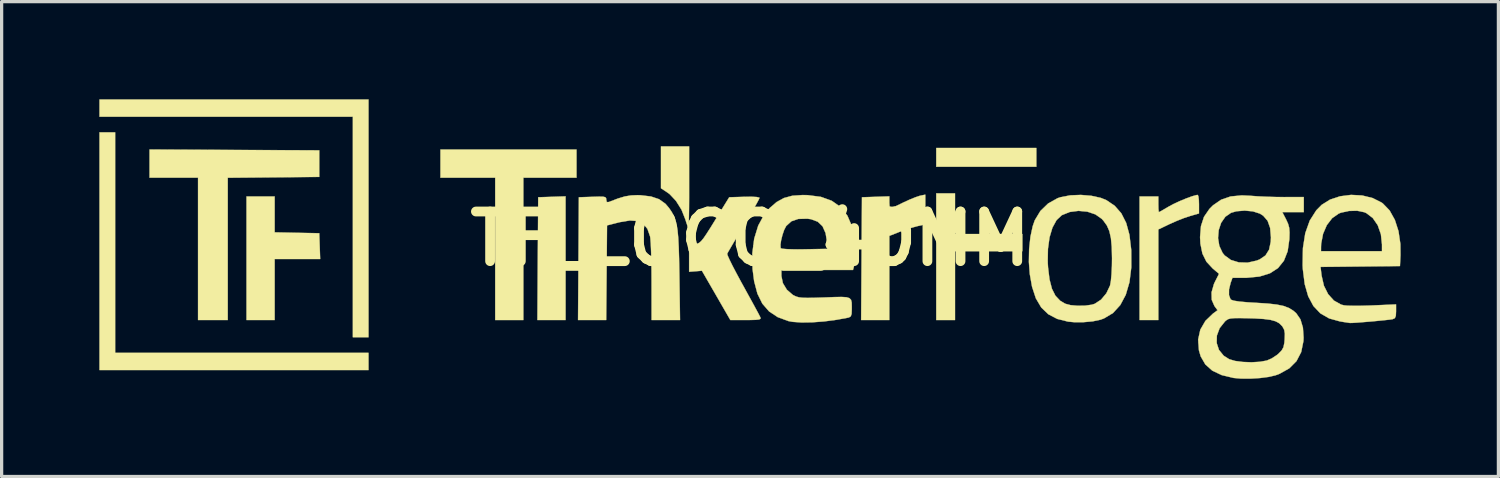
<source format=kicad_pcb>
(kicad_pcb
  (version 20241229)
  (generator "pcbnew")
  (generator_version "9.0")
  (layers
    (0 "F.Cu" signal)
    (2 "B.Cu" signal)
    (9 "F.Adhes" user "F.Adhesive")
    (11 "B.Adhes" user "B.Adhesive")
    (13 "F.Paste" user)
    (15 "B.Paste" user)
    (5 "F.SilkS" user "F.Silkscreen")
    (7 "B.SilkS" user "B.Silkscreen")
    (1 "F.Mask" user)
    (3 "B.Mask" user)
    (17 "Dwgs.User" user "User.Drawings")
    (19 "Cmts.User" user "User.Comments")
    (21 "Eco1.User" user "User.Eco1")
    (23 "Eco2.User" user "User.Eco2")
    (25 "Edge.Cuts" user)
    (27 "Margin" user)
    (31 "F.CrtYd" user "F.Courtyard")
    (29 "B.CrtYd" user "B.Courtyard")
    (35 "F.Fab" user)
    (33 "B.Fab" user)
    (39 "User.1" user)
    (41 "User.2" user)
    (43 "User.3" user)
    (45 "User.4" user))
  (footprint "TF_LOGO_40MM"
    (layer "F.Cu")
    (at 19.979 4.278)
    (property "Reference" "TF_LOGO_40MM" (at 0 0 0) (layer "F.SilkS") (effects (font (size 1.524 1.524) (thickness 0.3))))
    (attr through_hole)
    (fp_poly (pts (xy 8.787 -2.209) (xy 5.714 -2.209) (xy 5.714 -2.785) (xy 8.787 -2.785) (xy 8.787 -2.209)) (stroke (width 0.01) (type solid)) (fill yes) (layer "F.SilkS"))
    (fp_poly (pts (xy -19.494 3.505) (xy -11.716 3.505) (xy -11.716 4.033) (xy -19.974 4.033) (xy -19.974 -3.265) (xy -19.494 -3.265) (xy -19.494 3.505)) (stroke (width 0.01) (type solid)) (fill yes) (layer "F.SilkS"))
    (fp_poly (pts (xy -11.716 3.025) (xy -12.196 3.025) (xy -12.196 -3.745) (xy -19.974 -3.745) (xy -19.974 -4.273) (xy -11.716 -4.273) (xy -11.716 3.025)) (stroke (width 0.01) (type solid)) (fill yes) (layer "F.SilkS"))
    (fp_poly (pts (xy -5.666 2.497) (xy -6.531 2.497) (xy -6.519 0.612) (xy -6.506 -1.272) (xy -6.086 -1.286) (xy -5.666 -1.3) (xy -5.666 2.497)) (stroke (width 0.01) (type solid)) (fill yes) (layer "F.SilkS"))
    (fp_poly (pts (xy -5.33 -1.873) (xy -6.962 -1.873) (xy -6.962 2.497) (xy -7.826 2.497) (xy -7.826 -1.873) (xy -9.507 -1.873) (xy -9.507 -2.737) (xy -5.33 -2.737) (xy -5.33 -1.873)) (stroke (width 0.01) (type solid)) (fill yes) (layer "F.SilkS"))
    (fp_poly (pts (xy 6.29 -0.144) (xy 8.355 -0.144) (xy 8.355 0.384) (xy 6.29 0.384) (xy 6.29 2.497) (xy 5.714 2.497) (xy 5.714 -1.392) (xy 6.29 -1.392) (xy 6.29 -0.144)) (stroke (width 0.01) (type solid)) (fill yes) (layer "F.SilkS"))
    (fp_poly (pts (xy -15.833 -2.725) (xy -13.228 -2.713) (xy -13.228 -1.897) (xy -16.037 -1.871) (xy -16.037 2.497) (xy -16.949 2.497) (xy -16.949 -1.873) (xy -18.438 -1.873) (xy -18.438 -2.738) (xy -15.833 -2.725)) (stroke (width 0.01) (type solid)) (fill yes) (layer "F.SilkS"))
    (fp_poly (pts (xy -14.597 -0.195) (xy -13.912 -0.181) (xy -13.228 -0.168) (xy -13.214 0.228) (xy -13.2 0.624) (xy -14.597 0.624) (xy -14.597 2.497) (xy -15.461 2.497) (xy -15.461 -1.296) (xy -14.597 -1.296) (xy -14.597 -0.195)) (stroke (width 0.01) (type solid)) (fill yes) (layer "F.SilkS"))
    (fp_poly (pts (xy -1.873 -1.584) (xy -1.873 -1.25) (xy -1.875 -0.949) (xy -1.879 -0.694) (xy -1.883 -0.499) (xy -1.888 -0.375) (xy -1.893 -0.336) (xy -1.917 -0.378) (xy -1.956 -0.486) (xy -1.987 -0.588) (xy -2.107 -0.891) (xy -2.275 -1.159) (xy -2.471 -1.368) (xy -2.542 -1.42) (xy -2.737 -1.549) (xy -2.737 -2.833) (xy -1.873 -2.833) (xy -1.873 -1.584)) (stroke (width 0.01) (type solid)) (fill yes) (layer "F.SilkS"))
    (fp_poly (pts (xy 5.378 -0.442) (xy 5.126 -0.383) (xy 4.939 -0.331) (xy 4.721 -0.259) (xy 4.573 -0.205) (xy 4.273 -0.086) (xy 4.273 2.497) (xy 3.408 2.497) (xy 3.421 0.612) (xy 3.433 -1.272) (xy 3.853 -1.286) (xy 4.273 -1.3) (xy 4.273 -1.102) (xy 4.281 -0.984) (xy 4.3 -0.923) (xy 4.309 -0.92) (xy 4.367 -0.947) (xy 4.487 -1.006) (xy 4.649 -1.084) (xy 4.705 -1.112) (xy 4.895 -1.199) (xy 5.072 -1.271) (xy 5.203 -1.315) (xy 5.222 -1.32) (xy 5.378 -1.352) (xy 5.378 -0.442)) (stroke (width 0.01) (type solid)) (fill yes) (layer "F.SilkS"))
    (fp_poly (pts (xy 13.762 -1.301) (xy 13.776 -1.188) (xy 13.78 -1.06) (xy 13.78 -0.775) (xy 13.504 -0.696) (xy 13.318 -0.634) (xy 13.095 -0.546) (xy 12.883 -0.452) (xy 12.88 -0.451) (xy 12.532 -0.284) (xy 12.532 2.497) (xy 11.956 2.497) (xy 11.956 -1.296) (xy 12.532 -1.296) (xy 12.532 -1.056) (xy 12.535 -0.919) (xy 12.544 -0.832) (xy 12.55 -0.816) (xy 12.597 -0.839) (xy 12.703 -0.899) (xy 12.842 -0.981) (xy 12.998 -1.065) (xy 13.189 -1.154) (xy 13.387 -1.236) (xy 13.567 -1.302) (xy 13.701 -1.339) (xy 13.742 -1.344) (xy 13.762 -1.301)) (stroke (width 0.01) (type solid)) (fill yes) (layer "F.SilkS"))
    (fp_poly (pts (xy -3.361 -1.334) (xy -3.044 -1.296) (xy -2.797 -1.213) (xy -2.602 -1.074) (xy -2.491 -0.944) (xy -2.411 -0.827) (xy -2.346 -0.712) (xy -2.296 -0.587) (xy -2.257 -0.439) (xy -2.228 -0.257) (xy -2.207 -0.029) (xy -2.192 0.258) (xy -2.181 0.616) (xy -2.173 1.056) (xy -2.172 1.116) (xy -2.152 2.497) (xy -3.025 2.497) (xy -3.026 1.308) (xy -3.028 0.969) (xy -3.033 0.651) (xy -3.041 0.372) (xy -3.051 0.146) (xy -3.063 -0.01) (xy -3.071 -0.068) (xy -3.153 -0.301) (xy -3.28 -0.458) (xy -3.457 -0.543) (xy -3.693 -0.559) (xy -3.994 -0.509) (xy -4.025 -0.502) (xy -4.393 -0.408) (xy -4.406 1.044) (xy -4.419 2.497) (xy -5.283 2.497) (xy -5.27 0.612) (xy -5.258 -1.272) (xy -4.838 -1.286) (xy -4.636 -1.292) (xy -4.512 -1.289) (xy -4.447 -1.274) (xy -4.421 -1.242) (xy -4.417 -1.197) (xy -4.4 -1.124) (xy -4.336 -1.127) (xy -4.333 -1.128) (xy -4.063 -1.232) (xy -3.847 -1.297) (xy -3.654 -1.329) (xy -3.455 -1.337) (xy -3.361 -1.334)) (stroke (width 0.01) (type solid)) (fill yes) (layer "F.SilkS"))
    (fp_poly (pts (xy 0.201 -1.28) (xy 0.281 -1.262) (xy 0.288 -1.253) (xy 0.264 -1.199) (xy 0.198 -1.076) (xy 0.097 -0.899) (xy -0.031 -0.679) (xy -0.179 -0.43) (xy -0.198 -0.399) (xy -0.349 -0.147) (xy -0.483 0.078) (xy -0.592 0.264) (xy -0.669 0.396) (xy -0.704 0.46) (xy -0.705 0.463) (xy -0.689 0.519) (xy -0.632 0.646) (xy -0.541 0.831) (xy -0.421 1.06) (xy -0.28 1.322) (xy -0.217 1.436) (xy -0.067 1.709) (xy 0.069 1.956) (xy 0.182 2.164) (xy 0.266 2.32) (xy 0.312 2.411) (xy 0.319 2.426) (xy 0.318 2.459) (xy 0.275 2.48) (xy 0.174 2.491) (xy -0.000238 2.496) (xy -0.13 2.497) (xy -0.607 2.497) (xy -1.043 1.741) (xy -1.48 0.984) (xy -1.676 1) (xy -1.873 1.015) (xy -1.873 0.201) (xy -1.692 0.17) (xy -1.624 0.155) (xy -1.565 0.127) (xy -1.504 0.075) (xy -1.431 -0.013) (xy -1.338 -0.15) (xy -1.212 -0.347) (xy -1.077 -0.566) (xy -0.642 -1.272) (xy -0.177 -1.286) (xy 0.044 -1.288) (xy 0.201 -1.28)) (stroke (width 0.01) (type solid)) (fill yes) (layer "F.SilkS"))
    (fp_poly (pts (xy 18.79 -1.327) (xy 19.111 -1.248) (xy 19.388 -1.108) (xy 19.425 -1.081) (xy 19.632 -0.867) (xy 19.793 -0.578) (xy 19.905 -0.231) (xy 19.963 0.163) (xy 19.966 0.504) (xy 19.95 0.84) (xy 17.512 0.866) (xy 17.544 1.133) (xy 17.615 1.443) (xy 17.745 1.703) (xy 17.923 1.9) (xy 18.141 2.022) (xy 18.232 2.046) (xy 18.343 2.056) (xy 18.528 2.06) (xy 18.762 2.059) (xy 19.025 2.052) (xy 19.119 2.048) (xy 19.83 2.017) (xy 19.83 2.232) (xy 19.823 2.369) (xy 19.793 2.439) (xy 19.727 2.47) (xy 19.722 2.471) (xy 19.637 2.484) (xy 19.483 2.501) (xy 19.283 2.521) (xy 19.061 2.542) (xy 18.84 2.56) (xy 18.643 2.576) (xy 18.494 2.585) (xy 18.415 2.587) (xy 18.414 2.587) (xy 18.342 2.576) (xy 18.21 2.556) (xy 18.104 2.538) (xy 17.775 2.447) (xy 17.505 2.291) (xy 17.292 2.066) (xy 17.133 1.768) (xy 17.026 1.395) (xy 16.969 0.942) (xy 16.962 0.816) (xy 16.969 0.384) (xy 17.526 0.384) (xy 19.398 0.384) (xy 19.398 0.177) (xy 19.364 -0.139) (xy 19.267 -0.414) (xy 19.115 -0.635) (xy 18.917 -0.786) (xy 18.855 -0.813) (xy 18.636 -0.858) (xy 18.383 -0.852) (xy 18.14 -0.799) (xy 18.069 -0.771) (xy 17.868 -0.63) (xy 17.704 -0.416) (xy 17.589 -0.149) (xy 17.531 0.152) (xy 17.527 0.252) (xy 17.526 0.384) (xy 16.969 0.384) (xy 16.971 0.288) (xy 17.043 -0.169) (xy 17.18 -0.555) (xy 17.381 -0.871) (xy 17.546 -1.039) (xy 17.803 -1.2) (xy 18.112 -1.302) (xy 18.449 -1.345) (xy 18.79 -1.327)) (stroke (width 0.01) (type solid)) (fill yes) (layer "F.SilkS"))
    (fp_poly (pts (xy 10.476 -1.317) (xy 10.766 -1.253) (xy 10.931 -1.187) (xy 11.191 -1.012) (xy 11.395 -0.78) (xy 11.545 -0.484) (xy 11.645 -0.118) (xy 11.698 0.327) (xy 11.7 0.36) (xy 11.702 0.879) (xy 11.646 1.334) (xy 11.532 1.722) (xy 11.363 2.038) (xy 11.14 2.282) (xy 10.864 2.447) (xy 10.755 2.487) (xy 10.518 2.537) (xy 10.232 2.563) (xy 9.945 2.563) (xy 9.762 2.546) (xy 9.427 2.462) (xy 9.154 2.319) (xy 8.937 2.111) (xy 8.772 1.831) (xy 8.655 1.475) (xy 8.586 1.088) (xy 8.558 0.715) (xy 9.136 0.715) (xy 9.146 0.88) (xy 9.191 1.249) (xy 9.265 1.536) (xy 9.373 1.751) (xy 9.521 1.907) (xy 9.675 1.997) (xy 9.838 2.04) (xy 10.054 2.059) (xy 10.284 2.055) (xy 10.487 2.027) (xy 10.579 1.999) (xy 10.773 1.872) (xy 10.936 1.677) (xy 11.048 1.441) (xy 11.052 1.426) (xy 11.076 1.292) (xy 11.095 1.087) (xy 11.107 0.834) (xy 11.11 0.6) (xy 11.102 0.252) (xy 11.076 -0.02) (xy 11.028 -0.232) (xy 10.953 -0.404) (xy 10.846 -0.553) (xy 10.794 -0.61) (xy 10.599 -0.747) (xy 10.352 -0.83) (xy 10.08 -0.855) (xy 9.811 -0.82) (xy 9.571 -0.723) (xy 9.567 -0.721) (xy 9.407 -0.57) (xy 9.281 -0.34) (xy 9.192 -0.042) (xy 9.143 0.314) (xy 9.136 0.715) (xy 8.558 0.715) (xy 8.558 0.707) (xy 8.565 0.317) (xy 8.605 -0.056) (xy 8.675 -0.382) (xy 8.739 -0.566) (xy 8.911 -0.851) (xy 9.15 -1.082) (xy 9.438 -1.243) (xy 9.534 -1.275) (xy 9.827 -1.331) (xy 10.152 -1.344) (xy 10.476 -1.317)) (stroke (width 0.01) (type solid)) (fill yes) (layer "F.SilkS"))
    (fp_poly (pts (xy 1.767 -1.337) (xy 2.17 -1.285) (xy 2.507 -1.163) (xy 2.779 -0.971) (xy 2.986 -0.707) (xy 3.131 -0.372) (xy 3.142 -0.333) (xy 3.177 -0.155) (xy 3.201 0.075) (xy 3.215 0.326) (xy 3.216 0.566) (xy 3.203 0.763) (xy 3.187 0.852) (xy 3.158 0.96) (xy 0.96 0.96) (xy 0.96 1.145) (xy 1.005 1.364) (xy 1.127 1.566) (xy 1.308 1.723) (xy 1.345 1.744) (xy 1.418 1.777) (xy 1.5 1.8) (xy 1.607 1.813) (xy 1.759 1.817) (xy 1.97 1.814) (xy 2.259 1.805) (xy 2.287 1.804) (xy 2.588 1.792) (xy 2.807 1.788) (xy 2.956 1.797) (xy 3.048 1.825) (xy 3.098 1.877) (xy 3.118 1.959) (xy 3.121 2.077) (xy 3.121 2.164) (xy 3.115 2.308) (xy 3.09 2.383) (xy 3.035 2.417) (xy 3.013 2.423) (xy 2.645 2.491) (xy 2.269 2.54) (xy 1.906 2.567) (xy 1.579 2.572) (xy 1.308 2.553) (xy 1.176 2.529) (xy 0.847 2.408) (xy 0.582 2.232) (xy 0.375 1.994) (xy 0.224 1.687) (xy 0.123 1.305) (xy 0.075 0.936) (xy 0.067 0.449) (xy 0.099 0.2) (xy 0.93 0.2) (xy 0.938 0.29) (xy 0.94 0.294) (xy 0.996 0.309) (xy 1.131 0.32) (xy 1.328 0.326) (xy 1.57 0.327) (xy 1.672 0.325) (xy 2.377 0.312) (xy 2.363 0.12) (xy 2.317 -0.171) (xy 2.223 -0.382) (xy 2.075 -0.522) (xy 1.868 -0.599) (xy 1.753 -0.614) (xy 1.478 -0.607) (xy 1.266 -0.534) (xy 1.108 -0.39) (xy 1.103 -0.382) (xy 1.044 -0.268) (xy 0.991 -0.111) (xy 0.95 0.055) (xy 0.93 0.2) (xy 0.099 0.2) (xy 0.125 -0.000078) (xy 0.248 -0.4) (xy 0.431 -0.739) (xy 0.597 -0.939) (xy 0.814 -1.126) (xy 1.04 -1.25) (xy 1.297 -1.319) (xy 1.61 -1.34) (xy 1.767 -1.337)) (stroke (width 0.01) (type solid)) (fill yes) (layer "F.SilkS"))
    (fp_poly (pts (xy 15.362 -1.317) (xy 15.581 -1.301) (xy 15.857 -1.288) (xy 16.153 -1.28) (xy 16.385 -1.278) (xy 16.997 -1.279) (xy 16.997 -0.816) (xy 16.338 -0.816) (xy 16.456 -0.588) (xy 16.516 -0.457) (xy 16.549 -0.336) (xy 16.56 -0.19) (xy 16.554 0.015) (xy 16.553 0.024) (xy 16.502 0.385) (xy 16.387 0.677) (xy 16.206 0.902) (xy 15.957 1.063) (xy 15.636 1.162) (xy 15.241 1.2) (xy 15.175 1.2) (xy 14.808 1.2) (xy 14.75 1.36) (xy 14.702 1.558) (xy 14.701 1.731) (xy 14.746 1.853) (xy 14.766 1.874) (xy 14.849 1.903) (xy 15.022 1.93) (xy 15.278 1.953) (xy 15.546 1.969) (xy 15.896 1.991) (xy 16.167 2.022) (xy 16.376 2.065) (xy 16.538 2.126) (xy 16.672 2.208) (xy 16.764 2.287) (xy 16.894 2.475) (xy 16.971 2.731) (xy 16.991 3.041) (xy 16.986 3.144) (xy 16.918 3.48) (xy 16.773 3.759) (xy 16.551 3.981) (xy 16.25 4.149) (xy 16.129 4.194) (xy 15.92 4.243) (xy 15.652 4.278) (xy 15.358 4.296) (xy 15.076 4.295) (xy 14.844 4.275) (xy 14.476 4.187) (xy 14.188 4.05) (xy 13.975 3.86) (xy 13.833 3.614) (xy 13.778 3.426) (xy 13.762 3.202) (xy 14.323 3.202) (xy 14.393 3.414) (xy 14.538 3.592) (xy 14.708 3.7) (xy 14.888 3.753) (xy 15.127 3.784) (xy 15.393 3.794) (xy 15.65 3.779) (xy 15.862 3.741) (xy 16.014 3.675) (xy 16.172 3.571) (xy 16.218 3.533) (xy 16.319 3.429) (xy 16.374 3.33) (xy 16.401 3.196) (xy 16.41 3.092) (xy 16.416 2.916) (xy 16.397 2.799) (xy 16.347 2.704) (xy 16.327 2.678) (xy 16.244 2.596) (xy 16.132 2.535) (xy 15.977 2.492) (xy 15.763 2.464) (xy 15.477 2.447) (xy 15.283 2.442) (xy 15.035 2.437) (xy 14.863 2.439) (xy 14.75 2.449) (xy 14.674 2.47) (xy 14.617 2.506) (xy 14.577 2.541) (xy 14.413 2.748) (xy 14.329 2.975) (xy 14.323 3.202) (xy 13.762 3.202) (xy 13.754 3.097) (xy 13.821 2.793) (xy 13.977 2.523) (xy 14.212 2.297) (xy 14.35 2.196) (xy 14.254 2.066) (xy 14.171 1.876) (xy 14.166 1.646) (xy 14.239 1.391) (xy 14.274 1.316) (xy 14.395 1.078) (xy 14.202 0.915) (xy 14.009 0.707) (xy 13.885 0.457) (xy 13.823 0.151) (xy 13.815 -0.019) (xy 14.365 -0.019) (xy 14.404 0.221) (xy 14.505 0.436) (xy 14.566 0.512) (xy 14.758 0.652) (xy 15.001 0.727) (xy 15.273 0.735) (xy 15.553 0.672) (xy 15.647 0.634) (xy 15.821 0.514) (xy 15.932 0.337) (xy 15.983 0.094) (xy 15.989 -0.041) (xy 15.964 -0.331) (xy 15.887 -0.549) (xy 15.751 -0.706) (xy 15.648 -0.771) (xy 15.436 -0.839) (xy 15.182 -0.863) (xy 14.929 -0.842) (xy 14.764 -0.795) (xy 14.588 -0.673) (xy 14.46 -0.488) (xy 14.385 -0.263) (xy 14.365 -0.019) (xy 13.815 -0.019) (xy 13.813 -0.048) (xy 13.841 -0.389) (xy 13.934 -0.671) (xy 14.101 -0.915) (xy 14.213 -1.027) (xy 14.46 -1.197) (xy 14.751 -1.297) (xy 15.098 -1.33) (xy 15.362 -1.317)) (stroke (width 0.01) (type solid)) (fill yes) (layer "F.SilkS")))
  (gr_rect
    (start -3 -3)
    (end 42.951 11.579)
    (stroke (width 0.1) (type default))
    (fill no)
    (layer "Edge.Cuts")))
</source>
